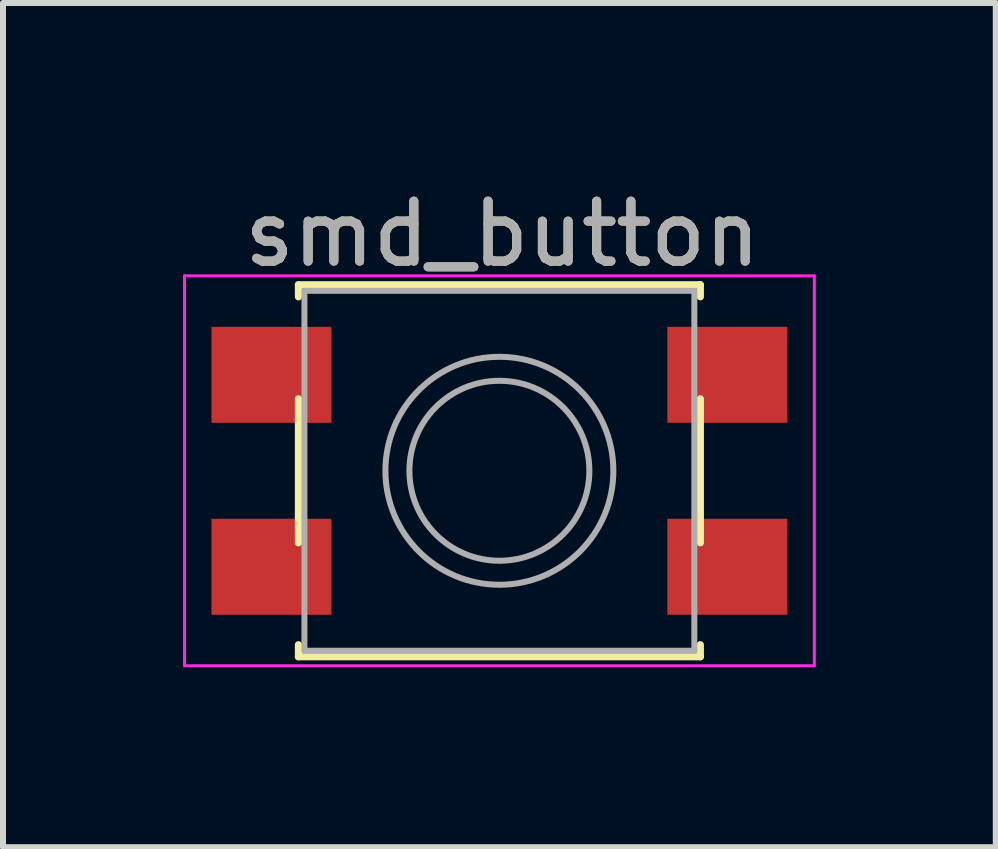
<source format=kicad_pcb>
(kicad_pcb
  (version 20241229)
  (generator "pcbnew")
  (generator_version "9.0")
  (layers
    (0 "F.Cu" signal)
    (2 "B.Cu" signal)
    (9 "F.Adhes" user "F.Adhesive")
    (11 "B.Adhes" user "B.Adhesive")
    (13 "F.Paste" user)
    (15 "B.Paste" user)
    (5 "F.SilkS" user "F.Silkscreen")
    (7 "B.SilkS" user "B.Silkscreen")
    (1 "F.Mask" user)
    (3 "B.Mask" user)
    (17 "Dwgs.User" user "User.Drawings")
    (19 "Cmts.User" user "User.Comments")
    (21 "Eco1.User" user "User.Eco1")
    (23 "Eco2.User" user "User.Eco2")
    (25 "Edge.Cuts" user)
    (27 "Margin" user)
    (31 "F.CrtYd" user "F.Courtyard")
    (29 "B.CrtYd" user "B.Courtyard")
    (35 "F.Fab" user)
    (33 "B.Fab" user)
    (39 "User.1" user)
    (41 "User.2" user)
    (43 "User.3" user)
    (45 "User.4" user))
  (footprint "smd_button"
    (layer "F.Cu")
    (at 5.275 4.798)
    (property "Reference" "smd_button" (at 0.05 -3.95 0) (layer "F.SilkS") (effects (font (size 1 1) (thickness 0.15))))
    (attr smd)
    (fp_line (start -3.35 -3.1) (end -3.35 -2.9) (stroke (width 0.12) (type solid)) (layer "F.SilkS"))
    (fp_line (start -3.35 -1.2) (end -3.35 1.2) (stroke (width 0.12) (type solid)) (layer "F.SilkS"))
    (fp_line (start -3.35 3.1) (end -3.35 2.9) (stroke (width 0.12) (type solid)) (layer "F.SilkS"))
    (fp_line (start -3.35 3.1) (end 3.35 3.1) (stroke (width 0.12) (type solid)) (layer "F.SilkS"))
    (fp_line (start 3.35 -3.1) (end -3.35 -3.1) (stroke (width 0.12) (type solid)) (layer "F.SilkS"))
    (fp_line (start 3.35 -3.1) (end 3.35 -2.9) (stroke (width 0.12) (type solid)) (layer "F.SilkS"))
    (fp_line (start 3.35 -1.2) (end 3.35 1.2) (stroke (width 0.12) (type solid)) (layer "F.SilkS"))
    (fp_line (start 3.35 3.1) (end 3.35 2.9) (stroke (width 0.12) (type solid)) (layer "F.SilkS"))
    (fp_line (start -5.25 -3.25) (end 5.25 -3.25) (stroke (width 0.05) (type solid)) (layer "F.CrtYd"))
    (fp_line (start -5.25 3.25) (end -5.25 -3.25) (stroke (width 0.05) (type solid)) (layer "F.CrtYd"))
    (fp_line (start 5.25 -3.25) (end 5.25 3.25) (stroke (width 0.05) (type solid)) (layer "F.CrtYd"))
    (fp_line (start 5.25 3.25) (end -5.25 3.25) (stroke (width 0.05) (type solid)) (layer "F.CrtYd"))
    (fp_line (start -3.25 -3) (end 3.25 -3) (stroke (width 0.1) (type solid)) (layer "F.Fab"))
    (fp_line (start -3.25 3) (end -3.25 -3) (stroke (width 0.1) (type solid)) (layer "F.Fab"))
    (fp_line (start 3.25 -3) (end 3.25 3) (stroke (width 0.1) (type solid)) (layer "F.Fab"))
    (fp_line (start 3.25 3) (end -3.25 3) (stroke (width 0.1) (type solid)) (layer "F.Fab"))
    (fp_circle (center 0 0) (end 1.5 0) (stroke (width 0.1) (type solid)) (fill no) (layer "F.Fab"))
    (fp_circle (center 0 0) (end 1.9 0) (stroke (width 0.1) (type solid)) (fill no) (layer "F.Fab"))
    (fp_text user "${REFERENCE}" (at 0.05 -3.95 0) (layer "F.Fab") (effects (font (size 1 1) (thickness 0.15))))
    (pad "1" smd rect (at -3.8 -1.6) (size 2 1.6) (layers "F.Cu" "F.Mask" "F.Paste"))
    (pad "1" smd rect (at 3.8 -1.6) (size 2 1.6) (layers "F.Cu" "F.Mask" "F.Paste"))
    (pad "2" smd rect (at -3.8 1.6) (size 2 1.6) (layers "F.Cu" "F.Mask" "F.Paste"))
    (pad "2" smd rect (at 3.8 1.6) (size 2 1.6) (layers "F.Cu" "F.Mask" "F.Paste")))
  (gr_rect
    (start -3 -3)
    (end 13.55 11.073)
    (stroke (width 0.1) (type default))
    (fill no)
    (layer "Edge.Cuts")))
</source>
